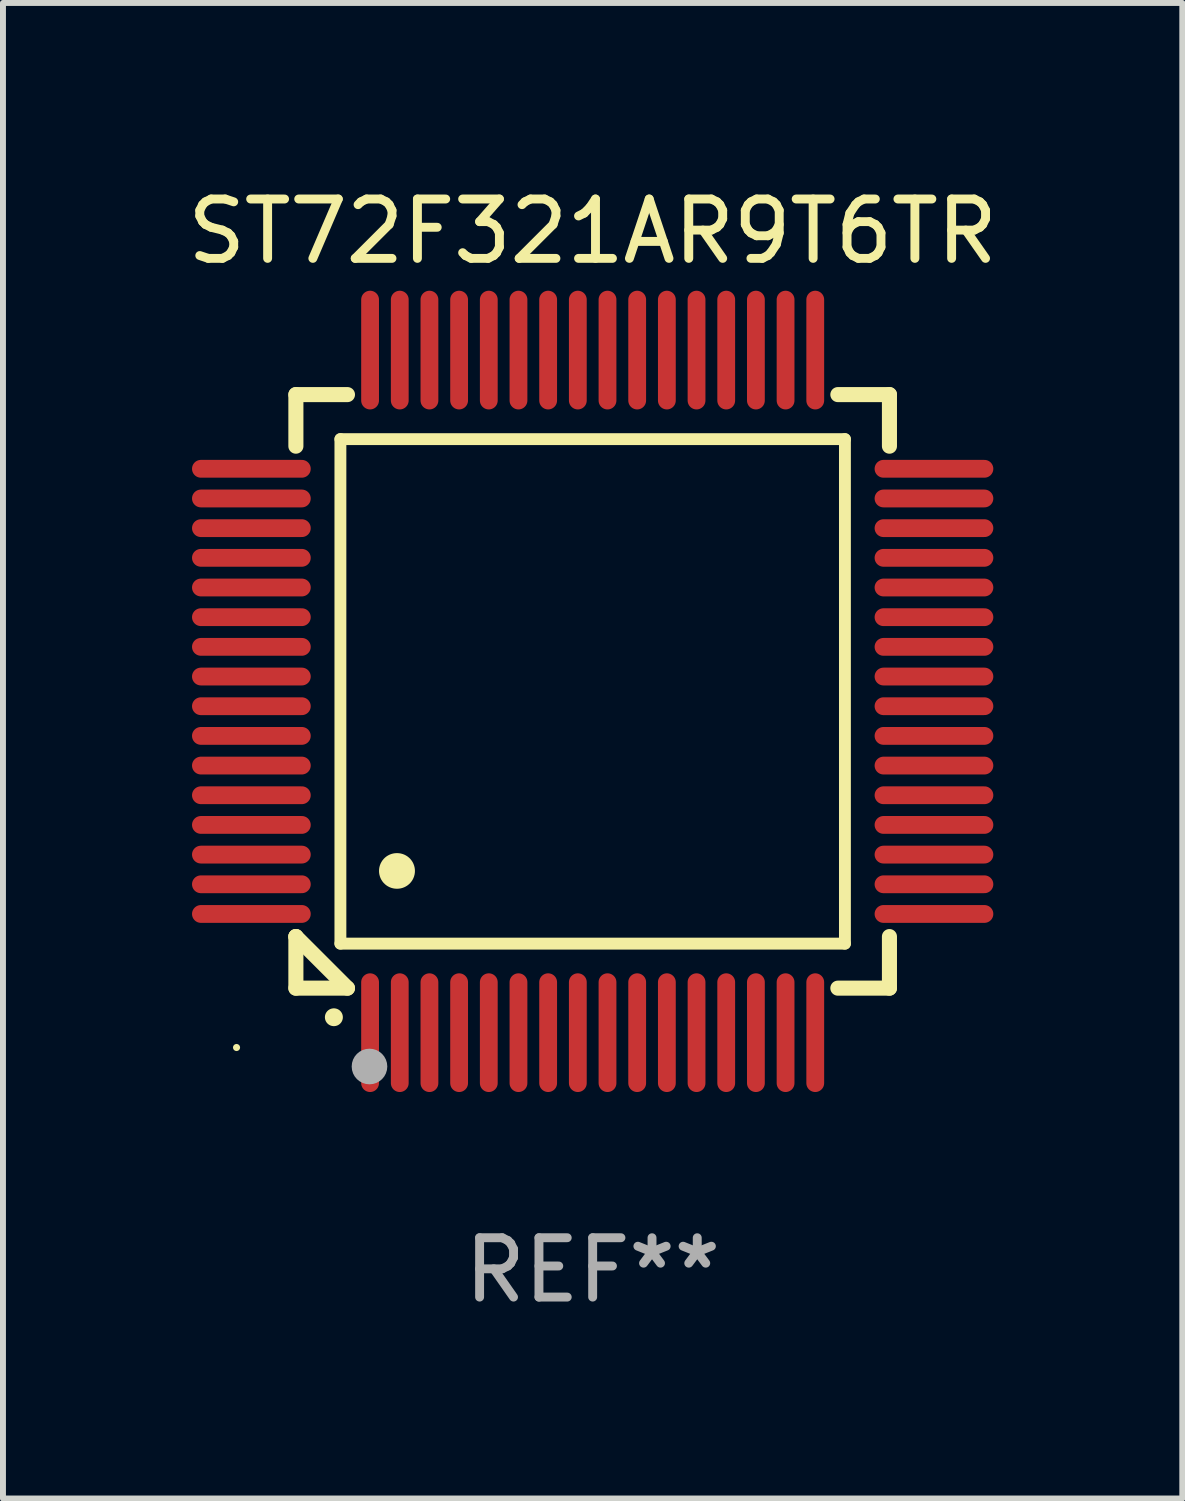
<source format=kicad_pcb>
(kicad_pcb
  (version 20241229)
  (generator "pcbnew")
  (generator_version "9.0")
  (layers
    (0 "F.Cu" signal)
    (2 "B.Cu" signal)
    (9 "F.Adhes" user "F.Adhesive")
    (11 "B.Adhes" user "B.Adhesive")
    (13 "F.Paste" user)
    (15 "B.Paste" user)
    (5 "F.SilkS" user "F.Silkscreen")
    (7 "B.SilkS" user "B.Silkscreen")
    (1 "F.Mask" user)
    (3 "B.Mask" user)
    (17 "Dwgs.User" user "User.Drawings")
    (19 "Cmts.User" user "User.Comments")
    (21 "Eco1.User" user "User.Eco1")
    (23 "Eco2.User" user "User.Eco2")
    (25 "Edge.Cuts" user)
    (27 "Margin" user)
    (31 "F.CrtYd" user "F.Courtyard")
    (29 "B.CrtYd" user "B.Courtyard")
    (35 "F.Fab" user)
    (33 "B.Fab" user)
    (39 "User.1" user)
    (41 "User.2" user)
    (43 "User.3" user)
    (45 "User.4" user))
  (footprint "ST72F321AR9T6TR"
    (layer "F.Cu")
    (at 6.935 8.598)
    (property "Reference" "ST72F321AR9T6TR" (at 0 -7.75 0) (layer "F.SilkS") (effects (font (size 1 1) (thickness 0.15))))
    (attr through_hole)
    (fp_line (start -5 -5) (end -4.131 -5) (stroke (width 0.254) (type solid)) (layer "F.SilkS"))
    (fp_line (start -5 -4.131) (end -5 -5) (stroke (width 0.254) (type solid)) (layer "F.SilkS"))
    (fp_line (start -5 4.131) (end -5 4.131) (stroke (width 0.254) (type solid)) (layer "F.SilkS"))
    (fp_line (start -5 5) (end -5 4.131) (stroke (width 0.254) (type solid)) (layer "F.SilkS"))
    (fp_line (start -5 4.131) (end -4.131 5) (stroke (width 0.254) (type solid)) (layer "F.SilkS"))
    (fp_line (start -4.25 -4.25) (end -4.25 4.25) (stroke (width 0.2) (type solid)) (layer "F.SilkS"))
    (fp_line (start -4.25 4.25) (end 4.25 4.25) (stroke (width 0.2) (type solid)) (layer "F.SilkS"))
    (fp_line (start -4.131 5) (end -5 5) (stroke (width 0.254) (type solid)) (layer "F.SilkS"))
    (fp_line (start 4.25 -4.25) (end -4.25 -4.25) (stroke (width 0.2) (type solid)) (layer "F.SilkS"))
    (fp_line (start 4.25 4.25) (end 4.25 -4.25) (stroke (width 0.2) (type solid)) (layer "F.SilkS"))
    (fp_line (start 5 -5) (end 4.131 -5) (stroke (width 0.254) (type solid)) (layer "F.SilkS"))
    (fp_line (start 5 -5) (end 5 -4.131) (stroke (width 0.254) (type solid)) (layer "F.SilkS"))
    (fp_line (start 5 4.131) (end 5 5) (stroke (width 0.254) (type solid)) (layer "F.SilkS"))
    (fp_line (start 5 5) (end 4.131 5) (stroke (width 0.254) (type solid)) (layer "F.SilkS"))
    (fp_arc (start -4.361265 5.489992) (mid -4.359995 5.489987) (end -4.358725 5.489992) (stroke (width 0.3) (type solid)) (layer "F.SilkS"))
    (fp_arc (start -3.299467 3.025146) (mid -3.296927 3.025135) (end -3.294387 3.025146) (stroke (width 0.6) (type solid)) (layer "F.SilkS"))
    (fp_circle (center -6 6) (end -5.97 6) (stroke (width 0.06) (type solid)) (fill no) (layer "F.SilkS"))
    (fp_circle (center -3.76 6.32) (end -3.61 6.32) (stroke (width 0.3) (type solid)) (fill no) (layer "F.Fab"))
    (fp_text user "REF**" (at 0 9.75 0) (layer "F.Fab") (effects (font (size 1 1) (thickness 0.15))))
    (pad "1" smd oval (at -3.75 5.75) (size 0.3 2) (layers "F.Cu" "F.Mask" "F.Paste"))
    (pad "2" smd oval (at -3.25 5.75) (size 0.3 2) (layers "F.Cu" "F.Mask" "F.Paste"))
    (pad "3" smd oval (at -2.75 5.75) (size 0.3 2) (layers "F.Cu" "F.Mask" "F.Paste"))
    (pad "4" smd oval (at -2.25 5.75) (size 0.3 2) (layers "F.Cu" "F.Mask" "F.Paste"))
    (pad "5" smd oval (at -1.75 5.75) (size 0.3 2) (layers "F.Cu" "F.Mask" "F.Paste"))
    (pad "6" smd oval (at -1.25 5.75) (size 0.3 2) (layers "F.Cu" "F.Mask" "F.Paste"))
    (pad "7" smd oval (at -0.75 5.75) (size 0.3 2) (layers "F.Cu" "F.Mask" "F.Paste"))
    (pad "8" smd oval (at -0.25 5.75) (size 0.3 2) (layers "F.Cu" "F.Mask" "F.Paste"))
    (pad "9" smd oval (at 0.25 5.75) (size 0.3 2) (layers "F.Cu" "F.Mask" "F.Paste"))
    (pad "10" smd oval (at 0.75 5.75) (size 0.3 2) (layers "F.Cu" "F.Mask" "F.Paste"))
    (pad "11" smd oval (at 1.25 5.75) (size 0.3 2) (layers "F.Cu" "F.Mask" "F.Paste"))
    (pad "12" smd oval (at 1.75 5.75) (size 0.3 2) (layers "F.Cu" "F.Mask" "F.Paste"))
    (pad "13" smd oval (at 2.25 5.75) (size 0.3 2) (layers "F.Cu" "F.Mask" "F.Paste"))
    (pad "14" smd oval (at 2.75 5.75) (size 0.3 2) (layers "F.Cu" "F.Mask" "F.Paste"))
    (pad "15" smd oval (at 3.25 5.75) (size 0.3 2) (layers "F.Cu" "F.Mask" "F.Paste"))
    (pad "16" smd oval (at 3.75 5.75) (size 0.3 2) (layers "F.Cu" "F.Mask" "F.Paste"))
    (pad "17" smd oval (at 5.75 3.75) (size 2 0.3) (layers "F.Cu" "F.Mask" "F.Paste"))
    (pad "18" smd oval (at 5.75 3.25) (size 2 0.3) (layers "F.Cu" "F.Mask" "F.Paste"))
    (pad "19" smd oval (at 5.75 2.75) (size 2 0.3) (layers "F.Cu" "F.Mask" "F.Paste"))
    (pad "20" smd oval (at 5.75 2.25) (size 2 0.3) (layers "F.Cu" "F.Mask" "F.Paste"))
    (pad "21" smd oval (at 5.75 1.75) (size 2 0.3) (layers "F.Cu" "F.Mask" "F.Paste"))
    (pad "22" smd oval (at 5.75 1.25) (size 2 0.3) (layers "F.Cu" "F.Mask" "F.Paste"))
    (pad "23" smd oval (at 5.75 0.75) (size 2 0.3) (layers "F.Cu" "F.Mask" "F.Paste"))
    (pad "24" smd oval (at 5.75 0.25) (size 2 0.3) (layers "F.Cu" "F.Mask" "F.Paste"))
    (pad "25" smd oval (at 5.75 -0.25) (size 2 0.3) (layers "F.Cu" "F.Mask" "F.Paste"))
    (pad "26" smd oval (at 5.75 -0.75) (size 2 0.3) (layers "F.Cu" "F.Mask" "F.Paste"))
    (pad "27" smd oval (at 5.75 -1.25) (size 2 0.3) (layers "F.Cu" "F.Mask" "F.Paste"))
    (pad "28" smd oval (at 5.75 -1.75) (size 2 0.3) (layers "F.Cu" "F.Mask" "F.Paste"))
    (pad "29" smd oval (at 5.75 -2.25) (size 2 0.3) (layers "F.Cu" "F.Mask" "F.Paste"))
    (pad "30" smd oval (at 5.75 -2.75) (size 2 0.3) (layers "F.Cu" "F.Mask" "F.Paste"))
    (pad "31" smd oval (at 5.75 -3.25) (size 2 0.3) (layers "F.Cu" "F.Mask" "F.Paste"))
    (pad "32" smd oval (at 5.75 -3.75) (size 2 0.3) (layers "F.Cu" "F.Mask" "F.Paste"))
    (pad "33" smd oval (at 3.75 -5.75) (size 0.3 2) (layers "F.Cu" "F.Mask" "F.Paste"))
    (pad "34" smd oval (at 3.25 -5.75) (size 0.3 2) (layers "F.Cu" "F.Mask" "F.Paste"))
    (pad "35" smd oval (at 2.75 -5.75) (size 0.3 2) (layers "F.Cu" "F.Mask" "F.Paste"))
    (pad "36" smd oval (at 2.25 -5.75) (size 0.3 2) (layers "F.Cu" "F.Mask" "F.Paste"))
    (pad "37" smd oval (at 1.75 -5.75) (size 0.3 2) (layers "F.Cu" "F.Mask" "F.Paste"))
    (pad "38" smd oval (at 1.25 -5.75) (size 0.3 2) (layers "F.Cu" "F.Mask" "F.Paste"))
    (pad "39" smd oval (at 0.75 -5.75) (size 0.3 2) (layers "F.Cu" "F.Mask" "F.Paste"))
    (pad "40" smd oval (at 0.25 -5.75) (size 0.3 2) (layers "F.Cu" "F.Mask" "F.Paste"))
    (pad "41" smd oval (at -0.25 -5.75) (size 0.3 2) (layers "F.Cu" "F.Mask" "F.Paste"))
    (pad "42" smd oval (at -0.75 -5.75) (size 0.3 2) (layers "F.Cu" "F.Mask" "F.Paste"))
    (pad "43" smd oval (at -1.25 -5.75) (size 0.3 2) (layers "F.Cu" "F.Mask" "F.Paste"))
    (pad "44" smd oval (at -1.75 -5.75) (size 0.3 2) (layers "F.Cu" "F.Mask" "F.Paste"))
    (pad "45" smd oval (at -2.25 -5.75) (size 0.3 2) (layers "F.Cu" "F.Mask" "F.Paste"))
    (pad "46" smd oval (at -2.75 -5.75) (size 0.3 2) (layers "F.Cu" "F.Mask" "F.Paste"))
    (pad "47" smd oval (at -3.25 -5.75) (size 0.3 2) (layers "F.Cu" "F.Mask" "F.Paste"))
    (pad "48" smd oval (at -3.75 -5.75) (size 0.3 2) (layers "F.Cu" "F.Mask" "F.Paste"))
    (pad "49" smd oval (at -5.75 -3.75) (size 2 0.3) (layers "F.Cu" "F.Mask" "F.Paste"))
    (pad "50" smd oval (at -5.75 -3.25) (size 2 0.3) (layers "F.Cu" "F.Mask" "F.Paste"))
    (pad "51" smd oval (at -5.75 -2.75) (size 2 0.3) (layers "F.Cu" "F.Mask" "F.Paste"))
    (pad "52" smd oval (at -5.75 -2.25) (size 2 0.3) (layers "F.Cu" "F.Mask" "F.Paste"))
    (pad "53" smd oval (at -5.75 -1.75) (size 2 0.3) (layers "F.Cu" "F.Mask" "F.Paste"))
    (pad "54" smd oval (at -5.75 -1.25) (size 2 0.3) (layers "F.Cu" "F.Mask" "F.Paste"))
    (pad "55" smd oval (at -5.75 -0.75) (size 2 0.3) (layers "F.Cu" "F.Mask" "F.Paste"))
    (pad "56" smd oval (at -5.75 -0.25) (size 2 0.3) (layers "F.Cu" "F.Mask" "F.Paste"))
    (pad "57" smd oval (at -5.75 0.25) (size 2 0.3) (layers "F.Cu" "F.Mask" "F.Paste"))
    (pad "58" smd oval (at -5.75 0.75) (size 2 0.3) (layers "F.Cu" "F.Mask" "F.Paste"))
    (pad "59" smd oval (at -5.75 1.25) (size 2 0.3) (layers "F.Cu" "F.Mask" "F.Paste"))
    (pad "60" smd oval (at -5.75 1.75) (size 2 0.3) (layers "F.Cu" "F.Mask" "F.Paste"))
    (pad "61" smd oval (at -5.75 2.25) (size 2 0.3) (layers "F.Cu" "F.Mask" "F.Paste"))
    (pad "62" smd oval (at -5.75 2.75) (size 2 0.3) (layers "F.Cu" "F.Mask" "F.Paste"))
    (pad "63" smd oval (at -5.75 3.25) (size 2 0.3) (layers "F.Cu" "F.Mask" "F.Paste"))
    (pad "64" smd oval (at -5.75 3.75) (size 2 0.3) (layers "F.Cu" "F.Mask" "F.Paste")))
  (gr_rect
    (start -3 -3)
    (end 16.869 22.196)
    (stroke (width 0.1) (type default))
    (fill no)
    (layer "Edge.Cuts")))
</source>
